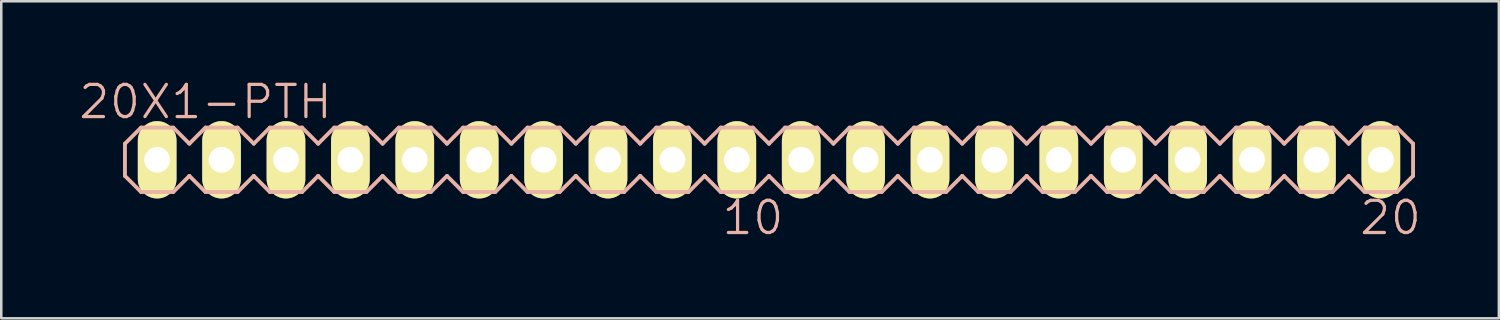
<source format=kicad_pcb>
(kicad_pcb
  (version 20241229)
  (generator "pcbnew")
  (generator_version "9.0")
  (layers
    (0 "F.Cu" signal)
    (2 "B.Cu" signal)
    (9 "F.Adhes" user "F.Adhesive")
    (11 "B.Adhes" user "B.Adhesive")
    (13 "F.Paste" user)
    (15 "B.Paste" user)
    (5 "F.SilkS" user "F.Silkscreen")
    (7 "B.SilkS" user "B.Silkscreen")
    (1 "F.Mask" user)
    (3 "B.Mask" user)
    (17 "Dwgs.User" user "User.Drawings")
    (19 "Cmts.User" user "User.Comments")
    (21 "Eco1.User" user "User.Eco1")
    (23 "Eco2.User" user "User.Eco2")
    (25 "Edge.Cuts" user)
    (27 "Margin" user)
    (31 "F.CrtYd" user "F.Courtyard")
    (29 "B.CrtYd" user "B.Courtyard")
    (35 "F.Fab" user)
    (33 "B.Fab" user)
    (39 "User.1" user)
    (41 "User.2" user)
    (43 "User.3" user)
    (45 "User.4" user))
  (footprint "20X1-PTH"
    (layer "F.Cu")
    (at 27.278 3.252)
    (property "Reference" "20X1-PTH" (at -22.225 -2.286 0) (layer "B.SilkS") (effects (font (size 1.27 1.27) (thickness 0.127))))
    (attr exclude_from_pos_files exclude_from_bom)
    (fp_line (start -24.46 -0.33) (end -23.8 -0.33) (stroke (width 0.066) (type solid)) (layer "F.SilkS"))
    (fp_line (start -24.46 0.33) (end -24.46 -0.33) (stroke (width 0.066) (type solid)) (layer "F.SilkS"))
    (fp_line (start -24.46 0.33) (end -23.8 0.33) (stroke (width 0.066) (type solid)) (layer "F.SilkS"))
    (fp_line (start -23.8 0.33) (end -23.8 -0.33) (stroke (width 0.066) (type solid)) (layer "F.SilkS"))
    (fp_line (start -21.92 -0.33) (end -21.26 -0.33) (stroke (width 0.066) (type solid)) (layer "F.SilkS"))
    (fp_line (start -21.92 0.33) (end -21.92 -0.33) (stroke (width 0.066) (type solid)) (layer "F.SilkS"))
    (fp_line (start -21.92 0.33) (end -21.26 0.33) (stroke (width 0.066) (type solid)) (layer "F.SilkS"))
    (fp_line (start -21.26 0.33) (end -21.26 -0.33) (stroke (width 0.066) (type solid)) (layer "F.SilkS"))
    (fp_line (start -19.38 -0.33) (end -18.72 -0.33) (stroke (width 0.066) (type solid)) (layer "F.SilkS"))
    (fp_line (start -19.38 0.33) (end -19.38 -0.33) (stroke (width 0.066) (type solid)) (layer "F.SilkS"))
    (fp_line (start -19.38 0.33) (end -18.72 0.33) (stroke (width 0.066) (type solid)) (layer "F.SilkS"))
    (fp_line (start -18.72 0.33) (end -18.72 -0.33) (stroke (width 0.066) (type solid)) (layer "F.SilkS"))
    (fp_line (start -16.84 -0.33) (end -16.18 -0.33) (stroke (width 0.066) (type solid)) (layer "F.SilkS"))
    (fp_line (start -16.84 0.33) (end -16.84 -0.33) (stroke (width 0.066) (type solid)) (layer "F.SilkS"))
    (fp_line (start -16.84 0.33) (end -16.18 0.33) (stroke (width 0.066) (type solid)) (layer "F.SilkS"))
    (fp_line (start -16.18 0.33) (end -16.18 -0.33) (stroke (width 0.066) (type solid)) (layer "F.SilkS"))
    (fp_line (start -14.298 -0.33) (end -13.64 -0.33) (stroke (width 0.066) (type solid)) (layer "F.SilkS"))
    (fp_line (start -14.298 0.33) (end -14.298 -0.33) (stroke (width 0.066) (type solid)) (layer "F.SilkS"))
    (fp_line (start -14.298 0.33) (end -13.64 0.33) (stroke (width 0.066) (type solid)) (layer "F.SilkS"))
    (fp_line (start -13.64 0.33) (end -13.64 -0.33) (stroke (width 0.066) (type solid)) (layer "F.SilkS"))
    (fp_line (start -11.76 -0.33) (end -11.1 -0.33) (stroke (width 0.066) (type solid)) (layer "F.SilkS"))
    (fp_line (start -11.76 0.33) (end -11.76 -0.33) (stroke (width 0.066) (type solid)) (layer "F.SilkS"))
    (fp_line (start -11.76 0.33) (end -11.1 0.33) (stroke (width 0.066) (type solid)) (layer "F.SilkS"))
    (fp_line (start -11.1 0.33) (end -11.1 -0.33) (stroke (width 0.066) (type solid)) (layer "F.SilkS"))
    (fp_line (start -9.22 -0.33) (end -8.56 -0.33) (stroke (width 0.066) (type solid)) (layer "F.SilkS"))
    (fp_line (start -9.22 0.33) (end -9.22 -0.33) (stroke (width 0.066) (type solid)) (layer "F.SilkS"))
    (fp_line (start -9.22 0.33) (end -8.56 0.33) (stroke (width 0.066) (type solid)) (layer "F.SilkS"))
    (fp_line (start -8.56 0.33) (end -8.56 -0.33) (stroke (width 0.066) (type solid)) (layer "F.SilkS"))
    (fp_line (start -6.68 -0.33) (end -6.02 -0.33) (stroke (width 0.066) (type solid)) (layer "F.SilkS"))
    (fp_line (start -6.68 0.33) (end -6.68 -0.33) (stroke (width 0.066) (type solid)) (layer "F.SilkS"))
    (fp_line (start -6.68 0.33) (end -6.02 0.33) (stroke (width 0.066) (type solid)) (layer "F.SilkS"))
    (fp_line (start -6.02 0.33) (end -6.02 -0.33) (stroke (width 0.066) (type solid)) (layer "F.SilkS"))
    (fp_line (start -4.14 -0.33) (end -3.48 -0.33) (stroke (width 0.066) (type solid)) (layer "F.SilkS"))
    (fp_line (start -4.14 0.33) (end -4.14 -0.33) (stroke (width 0.066) (type solid)) (layer "F.SilkS"))
    (fp_line (start -4.14 0.33) (end -3.48 0.33) (stroke (width 0.066) (type solid)) (layer "F.SilkS"))
    (fp_line (start -3.48 0.33) (end -3.48 -0.33) (stroke (width 0.066) (type solid)) (layer "F.SilkS"))
    (fp_line (start -1.6 -0.33) (end -0.94 -0.33) (stroke (width 0.066) (type solid)) (layer "F.SilkS"))
    (fp_line (start -1.6 0.33) (end -1.6 -0.33) (stroke (width 0.066) (type solid)) (layer "F.SilkS"))
    (fp_line (start -1.6 0.33) (end -0.94 0.33) (stroke (width 0.066) (type solid)) (layer "F.SilkS"))
    (fp_line (start -0.94 0.33) (end -0.94 -0.33) (stroke (width 0.066) (type solid)) (layer "F.SilkS"))
    (fp_line (start 0.94 -0.33) (end 1.6 -0.33) (stroke (width 0.066) (type solid)) (layer "F.SilkS"))
    (fp_line (start 0.94 0.33) (end 0.94 -0.33) (stroke (width 0.066) (type solid)) (layer "F.SilkS"))
    (fp_line (start 0.94 0.33) (end 1.6 0.33) (stroke (width 0.066) (type solid)) (layer "F.SilkS"))
    (fp_line (start 1.6 0.33) (end 1.6 -0.33) (stroke (width 0.066) (type solid)) (layer "F.SilkS"))
    (fp_line (start 3.48 -0.33) (end 4.14 -0.33) (stroke (width 0.066) (type solid)) (layer "F.SilkS"))
    (fp_line (start 3.48 0.33) (end 3.48 -0.33) (stroke (width 0.066) (type solid)) (layer "F.SilkS"))
    (fp_line (start 3.48 0.33) (end 4.14 0.33) (stroke (width 0.066) (type solid)) (layer "F.SilkS"))
    (fp_line (start 4.14 0.33) (end 4.14 -0.33) (stroke (width 0.066) (type solid)) (layer "F.SilkS"))
    (fp_line (start 6.02 -0.33) (end 6.68 -0.33) (stroke (width 0.066) (type solid)) (layer "F.SilkS"))
    (fp_line (start 6.02 0.33) (end 6.02 -0.33) (stroke (width 0.066) (type solid)) (layer "F.SilkS"))
    (fp_line (start 6.02 0.33) (end 6.68 0.33) (stroke (width 0.066) (type solid)) (layer "F.SilkS"))
    (fp_line (start 6.68 0.33) (end 6.68 -0.33) (stroke (width 0.066) (type solid)) (layer "F.SilkS"))
    (fp_line (start 8.56 -0.33) (end 9.22 -0.33) (stroke (width 0.066) (type solid)) (layer "F.SilkS"))
    (fp_line (start 8.56 0.33) (end 8.56 -0.33) (stroke (width 0.066) (type solid)) (layer "F.SilkS"))
    (fp_line (start 8.56 0.33) (end 9.22 0.33) (stroke (width 0.066) (type solid)) (layer "F.SilkS"))
    (fp_line (start 9.22 0.33) (end 9.22 -0.33) (stroke (width 0.066) (type solid)) (layer "F.SilkS"))
    (fp_line (start 11.1 -0.33) (end 11.76 -0.33) (stroke (width 0.066) (type solid)) (layer "F.SilkS"))
    (fp_line (start 11.1 0.33) (end 11.1 -0.33) (stroke (width 0.066) (type solid)) (layer "F.SilkS"))
    (fp_line (start 11.1 0.33) (end 11.76 0.33) (stroke (width 0.066) (type solid)) (layer "F.SilkS"))
    (fp_line (start 11.76 0.33) (end 11.76 -0.33) (stroke (width 0.066) (type solid)) (layer "F.SilkS"))
    (fp_line (start 13.64 -0.33) (end 14.298 -0.33) (stroke (width 0.066) (type solid)) (layer "F.SilkS"))
    (fp_line (start 13.64 0.33) (end 13.64 -0.33) (stroke (width 0.066) (type solid)) (layer "F.SilkS"))
    (fp_line (start 13.64 0.33) (end 14.298 0.33) (stroke (width 0.066) (type solid)) (layer "F.SilkS"))
    (fp_line (start 14.298 0.33) (end 14.298 -0.33) (stroke (width 0.066) (type solid)) (layer "F.SilkS"))
    (fp_line (start 16.18 -0.33) (end 16.84 -0.33) (stroke (width 0.066) (type solid)) (layer "F.SilkS"))
    (fp_line (start 16.18 0.33) (end 16.18 -0.33) (stroke (width 0.066) (type solid)) (layer "F.SilkS"))
    (fp_line (start 16.18 0.33) (end 16.84 0.33) (stroke (width 0.066) (type solid)) (layer "F.SilkS"))
    (fp_line (start 16.84 0.33) (end 16.84 -0.33) (stroke (width 0.066) (type solid)) (layer "F.SilkS"))
    (fp_line (start 18.72 -0.33) (end 19.38 -0.33) (stroke (width 0.066) (type solid)) (layer "F.SilkS"))
    (fp_line (start 18.72 0.33) (end 18.72 -0.33) (stroke (width 0.066) (type solid)) (layer "F.SilkS"))
    (fp_line (start 18.72 0.33) (end 19.38 0.33) (stroke (width 0.066) (type solid)) (layer "F.SilkS"))
    (fp_line (start 19.38 0.33) (end 19.38 -0.33) (stroke (width 0.066) (type solid)) (layer "F.SilkS"))
    (fp_line (start 21.26 -0.33) (end 21.92 -0.33) (stroke (width 0.066) (type solid)) (layer "F.SilkS"))
    (fp_line (start 21.26 0.33) (end 21.26 -0.33) (stroke (width 0.066) (type solid)) (layer "F.SilkS"))
    (fp_line (start 21.26 0.33) (end 21.92 0.33) (stroke (width 0.066) (type solid)) (layer "F.SilkS"))
    (fp_line (start 21.92 0.33) (end 21.92 -0.33) (stroke (width 0.066) (type solid)) (layer "F.SilkS"))
    (fp_line (start 23.8 -0.33) (end 24.46 -0.33) (stroke (width 0.066) (type solid)) (layer "F.SilkS"))
    (fp_line (start 23.8 0.33) (end 23.8 -0.33) (stroke (width 0.066) (type solid)) (layer "F.SilkS"))
    (fp_line (start 23.8 0.33) (end 24.46 0.33) (stroke (width 0.066) (type solid)) (layer "F.SilkS"))
    (fp_line (start 24.46 0.33) (end 24.46 -0.33) (stroke (width 0.066) (type solid)) (layer "F.SilkS"))
    (fp_line (start -25.4 -0.635) (end -25.4 0.635) (stroke (width 0.152) (type solid)) (layer "B.SilkS"))
    (fp_line (start -25.4 0.635) (end -24.765 1.27) (stroke (width 0.152) (type solid)) (layer "B.SilkS"))
    (fp_line (start -24.765 -1.27) (end -25.4 -0.635) (stroke (width 0.152) (type solid)) (layer "B.SilkS"))
    (fp_line (start -24.765 -1.27) (end -23.495 -1.27) (stroke (width 0.152) (type solid)) (layer "B.SilkS"))
    (fp_line (start -23.495 -1.27) (end -22.86 -0.635) (stroke (width 0.152) (type solid)) (layer "B.SilkS"))
    (fp_line (start -23.495 1.27) (end -24.765 1.27) (stroke (width 0.152) (type solid)) (layer "B.SilkS"))
    (fp_line (start -22.86 -0.635) (end -22.225 -1.27) (stroke (width 0.152) (type solid)) (layer "B.SilkS"))
    (fp_line (start -22.86 0.635) (end -23.495 1.27) (stroke (width 0.152) (type solid)) (layer "B.SilkS"))
    (fp_line (start -22.225 -1.27) (end -20.955 -1.27) (stroke (width 0.152) (type solid)) (layer "B.SilkS"))
    (fp_line (start -22.225 1.27) (end -22.86 0.635) (stroke (width 0.152) (type solid)) (layer "B.SilkS"))
    (fp_line (start -20.955 -1.27) (end -20.32 -0.635) (stroke (width 0.152) (type solid)) (layer "B.SilkS"))
    (fp_line (start -20.955 1.27) (end -22.225 1.27) (stroke (width 0.152) (type solid)) (layer "B.SilkS"))
    (fp_line (start -20.32 -0.635) (end -19.685 -1.27) (stroke (width 0.152) (type solid)) (layer "B.SilkS"))
    (fp_line (start -20.32 0.635) (end -20.955 1.27) (stroke (width 0.152) (type solid)) (layer "B.SilkS"))
    (fp_line (start -19.685 -1.27) (end -18.415 -1.27) (stroke (width 0.152) (type solid)) (layer "B.SilkS"))
    (fp_line (start -19.685 1.27) (end -20.32 0.635) (stroke (width 0.152) (type solid)) (layer "B.SilkS"))
    (fp_line (start -18.415 -1.27) (end -17.78 -0.635) (stroke (width 0.152) (type solid)) (layer "B.SilkS"))
    (fp_line (start -18.415 1.27) (end -19.685 1.27) (stroke (width 0.152) (type solid)) (layer "B.SilkS"))
    (fp_line (start -17.78 0.635) (end -18.415 1.27) (stroke (width 0.152) (type solid)) (layer "B.SilkS"))
    (fp_line (start -17.78 0.635) (end -17.145 1.27) (stroke (width 0.152) (type solid)) (layer "B.SilkS"))
    (fp_line (start -17.145 -1.27) (end -17.78 -0.635) (stroke (width 0.152) (type solid)) (layer "B.SilkS"))
    (fp_line (start -17.145 -1.27) (end -15.875 -1.27) (stroke (width 0.152) (type solid)) (layer "B.SilkS"))
    (fp_line (start -15.875 -1.27) (end -15.24 -0.635) (stroke (width 0.152) (type solid)) (layer "B.SilkS"))
    (fp_line (start -15.875 1.27) (end -17.145 1.27) (stroke (width 0.152) (type solid)) (layer "B.SilkS"))
    (fp_line (start -15.24 -0.635) (end -14.605 -1.27) (stroke (width 0.152) (type solid)) (layer "B.SilkS"))
    (fp_line (start -15.24 0.635) (end -15.875 1.27) (stroke (width 0.152) (type solid)) (layer "B.SilkS"))
    (fp_line (start -14.605 -1.27) (end -13.335 -1.27) (stroke (width 0.152) (type solid)) (layer "B.SilkS"))
    (fp_line (start -14.605 1.27) (end -15.24 0.635) (stroke (width 0.152) (type solid)) (layer "B.SilkS"))
    (fp_line (start -13.335 -1.27) (end -12.7 -0.635) (stroke (width 0.152) (type solid)) (layer "B.SilkS"))
    (fp_line (start -13.335 1.27) (end -14.605 1.27) (stroke (width 0.152) (type solid)) (layer "B.SilkS"))
    (fp_line (start -12.7 0.635) (end -13.335 1.27) (stroke (width 0.152) (type solid)) (layer "B.SilkS"))
    (fp_line (start -12.7 0.635) (end -12.065 1.27) (stroke (width 0.152) (type solid)) (layer "B.SilkS"))
    (fp_line (start -12.065 -1.27) (end -12.7 -0.635) (stroke (width 0.152) (type solid)) (layer "B.SilkS"))
    (fp_line (start -12.065 -1.27) (end -10.795 -1.27) (stroke (width 0.152) (type solid)) (layer "B.SilkS"))
    (fp_line (start -10.795 -1.27) (end -10.16 -0.635) (stroke (width 0.152) (type solid)) (layer "B.SilkS"))
    (fp_line (start -10.795 1.27) (end -12.065 1.27) (stroke (width 0.152) (type solid)) (layer "B.SilkS"))
    (fp_line (start -10.16 -0.635) (end -9.525 -1.27) (stroke (width 0.152) (type solid)) (layer "B.SilkS"))
    (fp_line (start -10.16 0.635) (end -10.795 1.27) (stroke (width 0.152) (type solid)) (layer "B.SilkS"))
    (fp_line (start -9.525 -1.27) (end -8.255 -1.27) (stroke (width 0.152) (type solid)) (layer "B.SilkS"))
    (fp_line (start -9.525 1.27) (end -10.16 0.635) (stroke (width 0.152) (type solid)) (layer "B.SilkS"))
    (fp_line (start -8.255 -1.27) (end -7.62 -0.635) (stroke (width 0.152) (type solid)) (layer "B.SilkS"))
    (fp_line (start -8.255 1.27) (end -9.525 1.27) (stroke (width 0.152) (type solid)) (layer "B.SilkS"))
    (fp_line (start -7.62 -0.635) (end -6.985 -1.27) (stroke (width 0.152) (type solid)) (layer "B.SilkS"))
    (fp_line (start -7.62 0.635) (end -8.255 1.27) (stroke (width 0.152) (type solid)) (layer "B.SilkS"))
    (fp_line (start -6.985 -1.27) (end -5.715 -1.27) (stroke (width 0.152) (type solid)) (layer "B.SilkS"))
    (fp_line (start -6.985 1.27) (end -7.62 0.635) (stroke (width 0.152) (type solid)) (layer "B.SilkS"))
    (fp_line (start -5.715 -1.27) (end -5.08 -0.635) (stroke (width 0.152) (type solid)) (layer "B.SilkS"))
    (fp_line (start -5.715 1.27) (end -6.985 1.27) (stroke (width 0.152) (type solid)) (layer "B.SilkS"))
    (fp_line (start -5.08 0.635) (end -5.715 1.27) (stroke (width 0.152) (type solid)) (layer "B.SilkS"))
    (fp_line (start -5.08 0.635) (end -4.445 1.27) (stroke (width 0.152) (type solid)) (layer "B.SilkS"))
    (fp_line (start -4.445 -1.27) (end -5.08 -0.635) (stroke (width 0.152) (type solid)) (layer "B.SilkS"))
    (fp_line (start -4.445 -1.27) (end -3.175 -1.27) (stroke (width 0.152) (type solid)) (layer "B.SilkS"))
    (fp_line (start -3.175 -1.27) (end -2.54 -0.635) (stroke (width 0.152) (type solid)) (layer "B.SilkS"))
    (fp_line (start -3.175 1.27) (end -4.445 1.27) (stroke (width 0.152) (type solid)) (layer "B.SilkS"))
    (fp_line (start -2.54 -0.635) (end -1.905 -1.27) (stroke (width 0.152) (type solid)) (layer "B.SilkS"))
    (fp_line (start -2.54 0.635) (end -3.175 1.27) (stroke (width 0.152) (type solid)) (layer "B.SilkS"))
    (fp_line (start -1.905 -1.27) (end -0.635 -1.27) (stroke (width 0.152) (type solid)) (layer "B.SilkS"))
    (fp_line (start -1.905 1.27) (end -2.54 0.635) (stroke (width 0.152) (type solid)) (layer "B.SilkS"))
    (fp_line (start -0.635 -1.27) (end 0 -0.635) (stroke (width 0.152) (type solid)) (layer "B.SilkS"))
    (fp_line (start -0.635 1.27) (end -1.905 1.27) (stroke (width 0.152) (type solid)) (layer "B.SilkS"))
    (fp_line (start 0 0.635) (end -0.635 1.27) (stroke (width 0.152) (type solid)) (layer "B.SilkS"))
    (fp_line (start 0 0.635) (end 0.635 1.27) (stroke (width 0.152) (type solid)) (layer "B.SilkS"))
    (fp_line (start 0.635 -1.27) (end 0 -0.635) (stroke (width 0.152) (type solid)) (layer "B.SilkS"))
    (fp_line (start 0.635 -1.27) (end 1.905 -1.27) (stroke (width 0.152) (type solid)) (layer "B.SilkS"))
    (fp_line (start 1.905 -1.27) (end 2.54 -0.635) (stroke (width 0.152) (type solid)) (layer "B.SilkS"))
    (fp_line (start 1.905 1.27) (end 0.635 1.27) (stroke (width 0.152) (type solid)) (layer "B.SilkS"))
    (fp_line (start 2.54 -0.635) (end 3.175 -1.27) (stroke (width 0.152) (type solid)) (layer "B.SilkS"))
    (fp_line (start 2.54 0.635) (end 1.905 1.27) (stroke (width 0.152) (type solid)) (layer "B.SilkS"))
    (fp_line (start 3.175 -1.27) (end 4.445 -1.27) (stroke (width 0.152) (type solid)) (layer "B.SilkS"))
    (fp_line (start 3.175 1.27) (end 2.54 0.635) (stroke (width 0.152) (type solid)) (layer "B.SilkS"))
    (fp_line (start 4.445 -1.27) (end 5.08 -0.635) (stroke (width 0.152) (type solid)) (layer "B.SilkS"))
    (fp_line (start 4.445 1.27) (end 3.175 1.27) (stroke (width 0.152) (type solid)) (layer "B.SilkS"))
    (fp_line (start 5.08 -0.635) (end 5.715 -1.27) (stroke (width 0.152) (type solid)) (layer "B.SilkS"))
    (fp_line (start 5.08 0.635) (end 4.445 1.27) (stroke (width 0.152) (type solid)) (layer "B.SilkS"))
    (fp_line (start 5.715 -1.27) (end 6.985 -1.27) (stroke (width 0.152) (type solid)) (layer "B.SilkS"))
    (fp_line (start 5.715 1.27) (end 5.08 0.635) (stroke (width 0.152) (type solid)) (layer "B.SilkS"))
    (fp_line (start 6.985 -1.27) (end 7.62 -0.635) (stroke (width 0.152) (type solid)) (layer "B.SilkS"))
    (fp_line (start 6.985 1.27) (end 5.715 1.27) (stroke (width 0.152) (type solid)) (layer "B.SilkS"))
    (fp_line (start 7.62 0.635) (end 6.985 1.27) (stroke (width 0.152) (type solid)) (layer "B.SilkS"))
    (fp_line (start 7.62 0.635) (end 8.255 1.27) (stroke (width 0.152) (type solid)) (layer "B.SilkS"))
    (fp_line (start 8.255 -1.27) (end 7.62 -0.635) (stroke (width 0.152) (type solid)) (layer "B.SilkS"))
    (fp_line (start 8.255 -1.27) (end 9.525 -1.27) (stroke (width 0.152) (type solid)) (layer "B.SilkS"))
    (fp_line (start 9.525 -1.27) (end 10.16 -0.635) (stroke (width 0.152) (type solid)) (layer "B.SilkS"))
    (fp_line (start 9.525 1.27) (end 8.255 1.27) (stroke (width 0.152) (type solid)) (layer "B.SilkS"))
    (fp_line (start 10.16 -0.635) (end 10.795 -1.27) (stroke (width 0.152) (type solid)) (layer "B.SilkS"))
    (fp_line (start 10.16 0.635) (end 9.525 1.27) (stroke (width 0.152) (type solid)) (layer "B.SilkS"))
    (fp_line (start 10.795 -1.27) (end 12.065 -1.27) (stroke (width 0.152) (type solid)) (layer "B.SilkS"))
    (fp_line (start 10.795 1.27) (end 10.16 0.635) (stroke (width 0.152) (type solid)) (layer "B.SilkS"))
    (fp_line (start 12.065 -1.27) (end 12.7 -0.635) (stroke (width 0.152) (type solid)) (layer "B.SilkS"))
    (fp_line (start 12.065 1.27) (end 10.795 1.27) (stroke (width 0.152) (type solid)) (layer "B.SilkS"))
    (fp_line (start 12.7 0.635) (end 12.065 1.27) (stroke (width 0.152) (type solid)) (layer "B.SilkS"))
    (fp_line (start 12.7 0.635) (end 13.335 1.27) (stroke (width 0.152) (type solid)) (layer "B.SilkS"))
    (fp_line (start 13.335 -1.27) (end 12.7 -0.635) (stroke (width 0.152) (type solid)) (layer "B.SilkS"))
    (fp_line (start 13.335 -1.27) (end 14.605 -1.27) (stroke (width 0.152) (type solid)) (layer "B.SilkS"))
    (fp_line (start 14.605 -1.27) (end 15.24 -0.635) (stroke (width 0.152) (type solid)) (layer "B.SilkS"))
    (fp_line (start 14.605 1.27) (end 13.335 1.27) (stroke (width 0.152) (type solid)) (layer "B.SilkS"))
    (fp_line (start 15.24 -0.635) (end 15.875 -1.27) (stroke (width 0.152) (type solid)) (layer "B.SilkS"))
    (fp_line (start 15.24 0.635) (end 14.605 1.27) (stroke (width 0.152) (type solid)) (layer "B.SilkS"))
    (fp_line (start 15.875 -1.27) (end 17.145 -1.27) (stroke (width 0.152) (type solid)) (layer "B.SilkS"))
    (fp_line (start 15.875 1.27) (end 15.24 0.635) (stroke (width 0.152) (type solid)) (layer "B.SilkS"))
    (fp_line (start 17.145 -1.27) (end 17.78 -0.635) (stroke (width 0.152) (type solid)) (layer "B.SilkS"))
    (fp_line (start 17.145 1.27) (end 15.875 1.27) (stroke (width 0.152) (type solid)) (layer "B.SilkS"))
    (fp_line (start 17.78 -0.635) (end 18.415 -1.27) (stroke (width 0.152) (type solid)) (layer "B.SilkS"))
    (fp_line (start 17.78 0.635) (end 17.145 1.27) (stroke (width 0.152) (type solid)) (layer "B.SilkS"))
    (fp_line (start 18.415 -1.27) (end 19.685 -1.27) (stroke (width 0.152) (type solid)) (layer "B.SilkS"))
    (fp_line (start 18.415 1.27) (end 17.78 0.635) (stroke (width 0.152) (type solid)) (layer "B.SilkS"))
    (fp_line (start 19.685 -1.27) (end 20.32 -0.635) (stroke (width 0.152) (type solid)) (layer "B.SilkS"))
    (fp_line (start 19.685 1.27) (end 18.415 1.27) (stroke (width 0.152) (type solid)) (layer "B.SilkS"))
    (fp_line (start 20.32 0.635) (end 19.685 1.27) (stroke (width 0.152) (type solid)) (layer "B.SilkS"))
    (fp_line (start 20.32 0.635) (end 20.955 1.27) (stroke (width 0.152) (type solid)) (layer "B.SilkS"))
    (fp_line (start 20.955 -1.27) (end 20.32 -0.635) (stroke (width 0.152) (type solid)) (layer "B.SilkS"))
    (fp_line (start 20.955 -1.27) (end 22.225 -1.27) (stroke (width 0.152) (type solid)) (layer "B.SilkS"))
    (fp_line (start 22.225 -1.27) (end 22.86 -0.635) (stroke (width 0.152) (type solid)) (layer "B.SilkS"))
    (fp_line (start 22.225 1.27) (end 20.955 1.27) (stroke (width 0.152) (type solid)) (layer "B.SilkS"))
    (fp_line (start 22.86 -0.635) (end 23.495 -1.27) (stroke (width 0.152) (type solid)) (layer "B.SilkS"))
    (fp_line (start 22.86 0.635) (end 22.225 1.27) (stroke (width 0.152) (type solid)) (layer "B.SilkS"))
    (fp_line (start 23.495 -1.27) (end 24.765 -1.27) (stroke (width 0.152) (type solid)) (layer "B.SilkS"))
    (fp_line (start 23.495 1.27) (end 22.86 0.635) (stroke (width 0.152) (type solid)) (layer "B.SilkS"))
    (fp_line (start 24.765 -1.27) (end 25.4 -0.635) (stroke (width 0.152) (type solid)) (layer "B.SilkS"))
    (fp_line (start 24.765 1.27) (end 23.495 1.27) (stroke (width 0.152) (type solid)) (layer "B.SilkS"))
    (fp_line (start 25.4 -0.635) (end 25.4 0.635) (stroke (width 0.152) (type solid)) (layer "B.SilkS"))
    (fp_line (start 25.4 0.635) (end 24.765 1.27) (stroke (width 0.152) (type solid)) (layer "B.SilkS"))
    (fp_text user "10" (at -0.635 2.286 0) (layer "B.SilkS") (effects (font (size 1.27 1.27) (thickness 0.127))))
    (fp_text user "20" (at 24.511 2.286 0) (layer "B.SilkS") (effects (font (size 1.27 1.27) (thickness 0.127))))
    (pad "1" thru_hole oval (at -24.13 0 180) (size 1.524 3.048) (drill 1.016) (layers "*.Cu" "F.Mask" "F.SilkS" "F.Paste"))
    (pad "2" thru_hole oval (at -21.59 0 180) (size 1.524 3.048) (drill 1.016) (layers "*.Cu" "F.Mask" "F.SilkS" "F.Paste"))
    (pad "3" thru_hole oval (at -19.05 0 180) (size 1.524 3.048) (drill 1.016) (layers "*.Cu" "F.Mask" "F.SilkS" "F.Paste"))
    (pad "4" thru_hole oval (at -16.51 0 180) (size 1.524 3.048) (drill 1.016) (layers "*.Cu" "F.Mask" "F.SilkS" "F.Paste"))
    (pad "5" thru_hole oval (at -13.97 0 180) (size 1.524 3.048) (drill 1.016) (layers "*.Cu" "F.Mask" "F.SilkS" "F.Paste"))
    (pad "6" thru_hole oval (at -11.43 0 180) (size 1.524 3.048) (drill 1.016) (layers "*.Cu" "F.Mask" "F.SilkS" "F.Paste"))
    (pad "7" thru_hole oval (at -8.89 0 180) (size 1.524 3.048) (drill 1.016) (layers "*.Cu" "F.Mask" "F.SilkS" "F.Paste"))
    (pad "8" thru_hole oval (at -6.35 0 180) (size 1.524 3.048) (drill 1.016) (layers "*.Cu" "F.Mask" "F.SilkS" "F.Paste"))
    (pad "9" thru_hole oval (at -3.81 0 180) (size 1.524 3.048) (drill 1.016) (layers "*.Cu" "F.Mask" "F.SilkS" "F.Paste"))
    (pad "10" thru_hole oval (at -1.27 0 180) (size 1.524 3.048) (drill 1.016) (layers "*.Cu" "F.Mask" "F.SilkS" "F.Paste"))
    (pad "11" thru_hole oval (at 1.27 0 180) (size 1.524 3.048) (drill 1.016) (layers "*.Cu" "F.Mask" "F.SilkS" "F.Paste"))
    (pad "12" thru_hole oval (at 3.81 0 180) (size 1.524 3.048) (drill 1.016) (layers "*.Cu" "F.Mask" "F.SilkS" "F.Paste"))
    (pad "13" thru_hole oval (at 6.35 0 180) (size 1.524 3.048) (drill 1.016) (layers "*.Cu" "F.Mask" "F.SilkS" "F.Paste"))
    (pad "14" thru_hole oval (at 8.89 0 180) (size 1.524 3.048) (drill 1.016) (layers "*.Cu" "F.Mask" "F.SilkS" "F.Paste"))
    (pad "15" thru_hole oval (at 11.43 0 180) (size 1.524 3.048) (drill 1.016) (layers "*.Cu" "F.Mask" "F.SilkS" "F.Paste"))
    (pad "16" thru_hole oval (at 13.97 0 180) (size 1.524 3.048) (drill 1.016) (layers "*.Cu" "F.Mask" "F.SilkS" "F.Paste"))
    (pad "17" thru_hole oval (at 16.51 0 180) (size 1.524 3.048) (drill 1.016) (layers "*.Cu" "F.Mask" "F.SilkS" "F.Paste"))
    (pad "18" thru_hole oval (at 19.05 0 180) (size 1.524 3.048) (drill 1.016) (layers "*.Cu" "F.Mask" "F.SilkS" "F.Paste"))
    (pad "19" thru_hole oval (at 21.59 0 180) (size 1.524 3.048) (drill 1.016) (layers "*.Cu" "F.Mask" "F.SilkS" "F.Paste"))
    (pad "20" thru_hole oval (at 24.13 0 180) (size 1.524 3.048) (drill 1.016) (layers "*.Cu" "F.Mask" "F.SilkS" "F.Paste")))
  (gr_rect
    (start -3 -3)
    (end 56.062 9.504)
    (stroke (width 0.1) (type default))
    (fill no)
    (layer "Edge.Cuts")))
</source>
